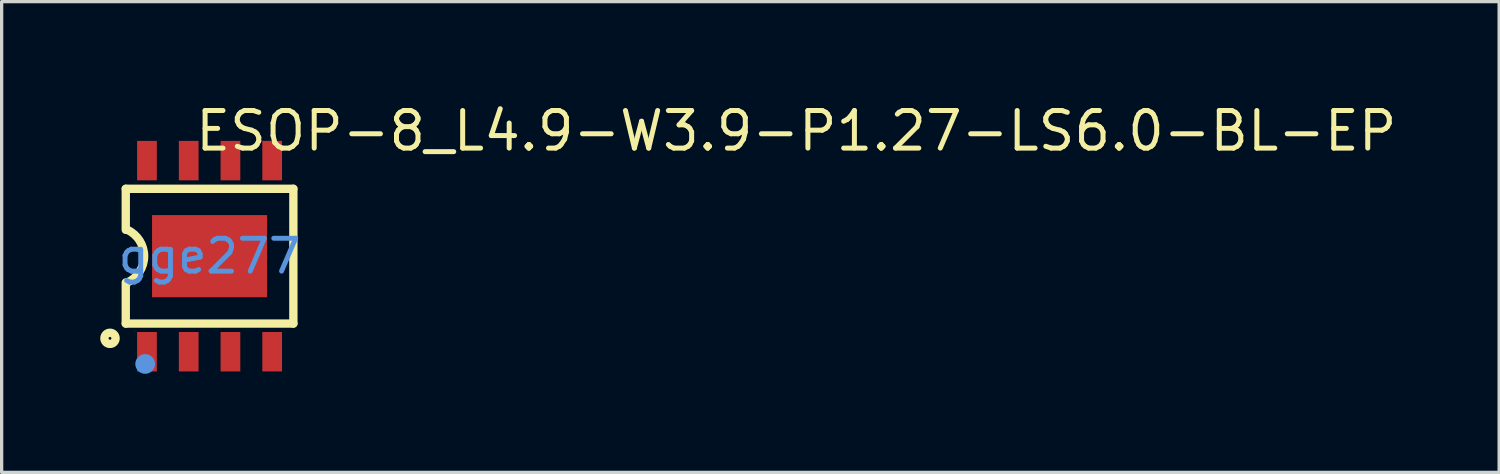
<source format=kicad_pcb>
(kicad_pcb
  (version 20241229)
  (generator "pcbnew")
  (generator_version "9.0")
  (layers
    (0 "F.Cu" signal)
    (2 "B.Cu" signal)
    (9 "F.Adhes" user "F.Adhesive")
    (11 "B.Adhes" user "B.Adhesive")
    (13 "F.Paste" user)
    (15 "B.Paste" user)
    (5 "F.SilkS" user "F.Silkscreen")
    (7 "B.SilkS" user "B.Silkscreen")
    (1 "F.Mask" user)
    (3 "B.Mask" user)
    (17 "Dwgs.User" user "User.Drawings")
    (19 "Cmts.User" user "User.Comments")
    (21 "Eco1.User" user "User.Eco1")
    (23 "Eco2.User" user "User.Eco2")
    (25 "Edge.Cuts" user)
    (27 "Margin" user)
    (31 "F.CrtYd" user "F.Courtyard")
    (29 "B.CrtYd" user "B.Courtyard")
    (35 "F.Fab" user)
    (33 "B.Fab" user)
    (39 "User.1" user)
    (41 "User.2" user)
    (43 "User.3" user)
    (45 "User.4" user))
  (footprint "ESOP-8_L4.9-W3.9-P1.27-LS6.0-BL-EP"
    (layer "F.Cu")
    (at 3.327 4.745)
    (property "Reference" "ESOP-8_L4.9-W3.9-P1.27-LS6.0-BL-EP" (at -0.508 -3.81 0) (layer "F.SilkS") (effects (font (size 1.143 1.143) (thickness 0.152)) (justify left)))
    (attr smd)
    (fp_line (start -2.55 -2.05) (end 2.55 -2.05) (stroke (width 0.254) (type solid)) (layer "F.SilkS"))
    (fp_line (start -2.55 -0.8) (end -2.55 -2.05) (stroke (width 0.254) (type solid)) (layer "F.SilkS"))
    (fp_line (start -2.55 0.8) (end -2.55 2.05) (stroke (width 0.254) (type solid)) (layer "F.SilkS"))
    (fp_line (start 2.55 -2.05) (end 2.55 2.05) (stroke (width 0.254) (type solid)) (layer "F.SilkS"))
    (fp_line (start 2.55 2.05) (end -2.55 2.05) (stroke (width 0.254) (type solid)) (layer "F.SilkS"))
    (fp_arc (start -2.5 -0.8) (mid -1.99147 -0.000219) (end -2.499604 0.799814) (stroke (width 0.254) (type solid)) (layer "F.SilkS"))
    (fp_circle (center -3.03 2.5) (end -2.86 2.5) (stroke (width 0.254) (type solid)) (fill no) (layer "F.SilkS"))
    (fp_circle (center -1.96 3.28) (end -1.81 3.28) (stroke (width 0.3) (type solid)) (fill no) (layer "Cmts.User"))
    (fp_text user "gge277" (at 0 0 0) (layer "Cmts.User") (effects (font (size 1 1) (thickness 0.15))))
    (pad "1" smd rect (at -1.905 2.908) (size 0.6 1.2) (layers "F.Cu" "F.Mask" "F.Paste"))
    (pad "2" smd rect (at -0.635 2.908) (size 0.6 1.2) (layers "F.Cu" "F.Mask" "F.Paste"))
    (pad "3" smd rect (at 0.635 2.908) (size 0.6 1.2) (layers "F.Cu" "F.Mask" "F.Paste"))
    (pad "4" smd rect (at 1.905 2.908) (size 0.6 1.2) (layers "F.Cu" "F.Mask" "F.Paste"))
    (pad "5" smd rect (at 1.905 -2.908) (size 0.6 1.2) (layers "F.Cu" "F.Mask" "F.Paste"))
    (pad "6" smd rect (at 0.635 -2.908) (size 0.6 1.2) (layers "F.Cu" "F.Mask" "F.Paste"))
    (pad "7" smd rect (at -0.635 -2.908) (size 0.6 1.2) (layers "F.Cu" "F.Mask" "F.Paste"))
    (pad "8" smd rect (at -1.905 -2.908) (size 0.6 1.2) (layers "F.Cu" "F.Mask" "F.Paste"))
    (pad "9" smd rect (at 0 0 180) (size 3.5 2.5) (layers "F.Cu" "F.Mask" "F.Paste")))
  (gr_rect
    (start -3 -3)
    (end 42.568 11.325)
    (stroke (width 0.1) (type default))
    (fill no)
    (layer "Edge.Cuts")))
</source>
